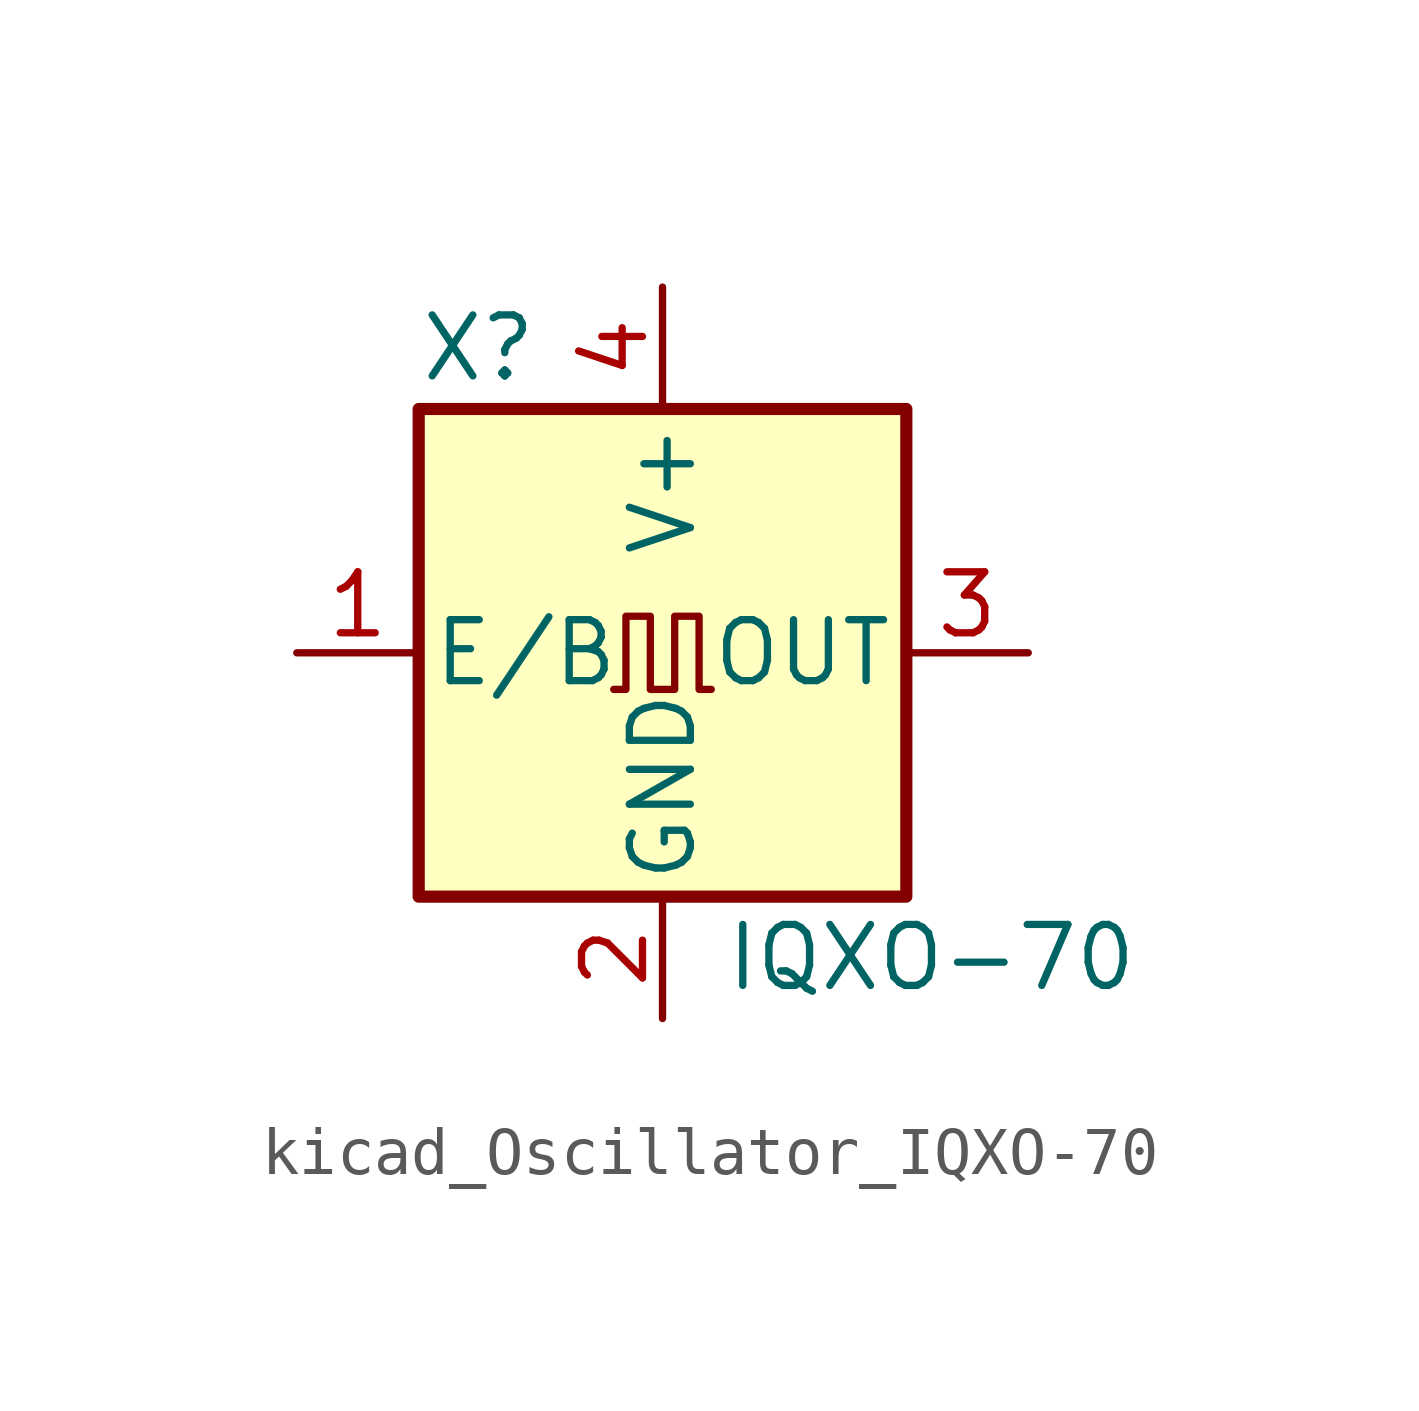
<source format=kicad_sym>
(kicad_symbol_lib
  (version 20220914)
  (generator kicad_symbol_editor)
  (symbol "kicad_Oscillator_IQXO-70"
    (pin_names
      (offset 0.254))
    (property "Reference" "X"
      (at -5.08 6.35 0)
      (effects (font (size 1.27 1.27)) (justify left)))
    (property "Value" "IQXO-70"
      (at 1.27 -6.35 0)
      (effects (font (size 1.27 1.27)) (justify left)))
    (symbol "kicad_Oscillator_IQXO-70_0_1"
      (rectangle (start -5.08 5.08) (end 5.08 -5.08) (stroke (width 0.254) (type default)) (fill (type background)))
      (polyline (pts (xy -1.016 -0.762) (xy -0.762 -0.762) (xy -0.762 0.762) (xy -0.254 0.762) (xy -0.254 -0.762) (xy 0.254 -0.762) (xy 0.254 0.762) (xy 0.762 0.762) (xy 0.762 -0.762) (xy 1.016 -0.762)) (stroke (width 0) (type default)) (fill (type none))))
    (symbol "kicad_Oscillator_IQXO-70_1_1"
      (pin input line (at -7.62 0 0) (length 2.54) (name "E/B" (effects (font (size 1.27 1.27)))) (number "1" (effects (font (size 1.27 1.27)))))
      (pin power_in line (at 0 -7.62 90) (length 2.54) (name "GND" (effects (font (size 1.27 1.27)))) (number "2" (effects (font (size 1.27 1.27)))))
      (pin output line (at 7.62 0 180) (length 2.54) (name "OUT" (effects (font (size 1.27 1.27)))) (number "3" (effects (font (size 1.27 1.27)))))
      (pin power_in line (at 0 7.62 270) (length 2.54) (name "V+" (effects (font (size 1.27 1.27)))) (number "4" (effects (font (size 1.27 1.27))))))))
</source>
